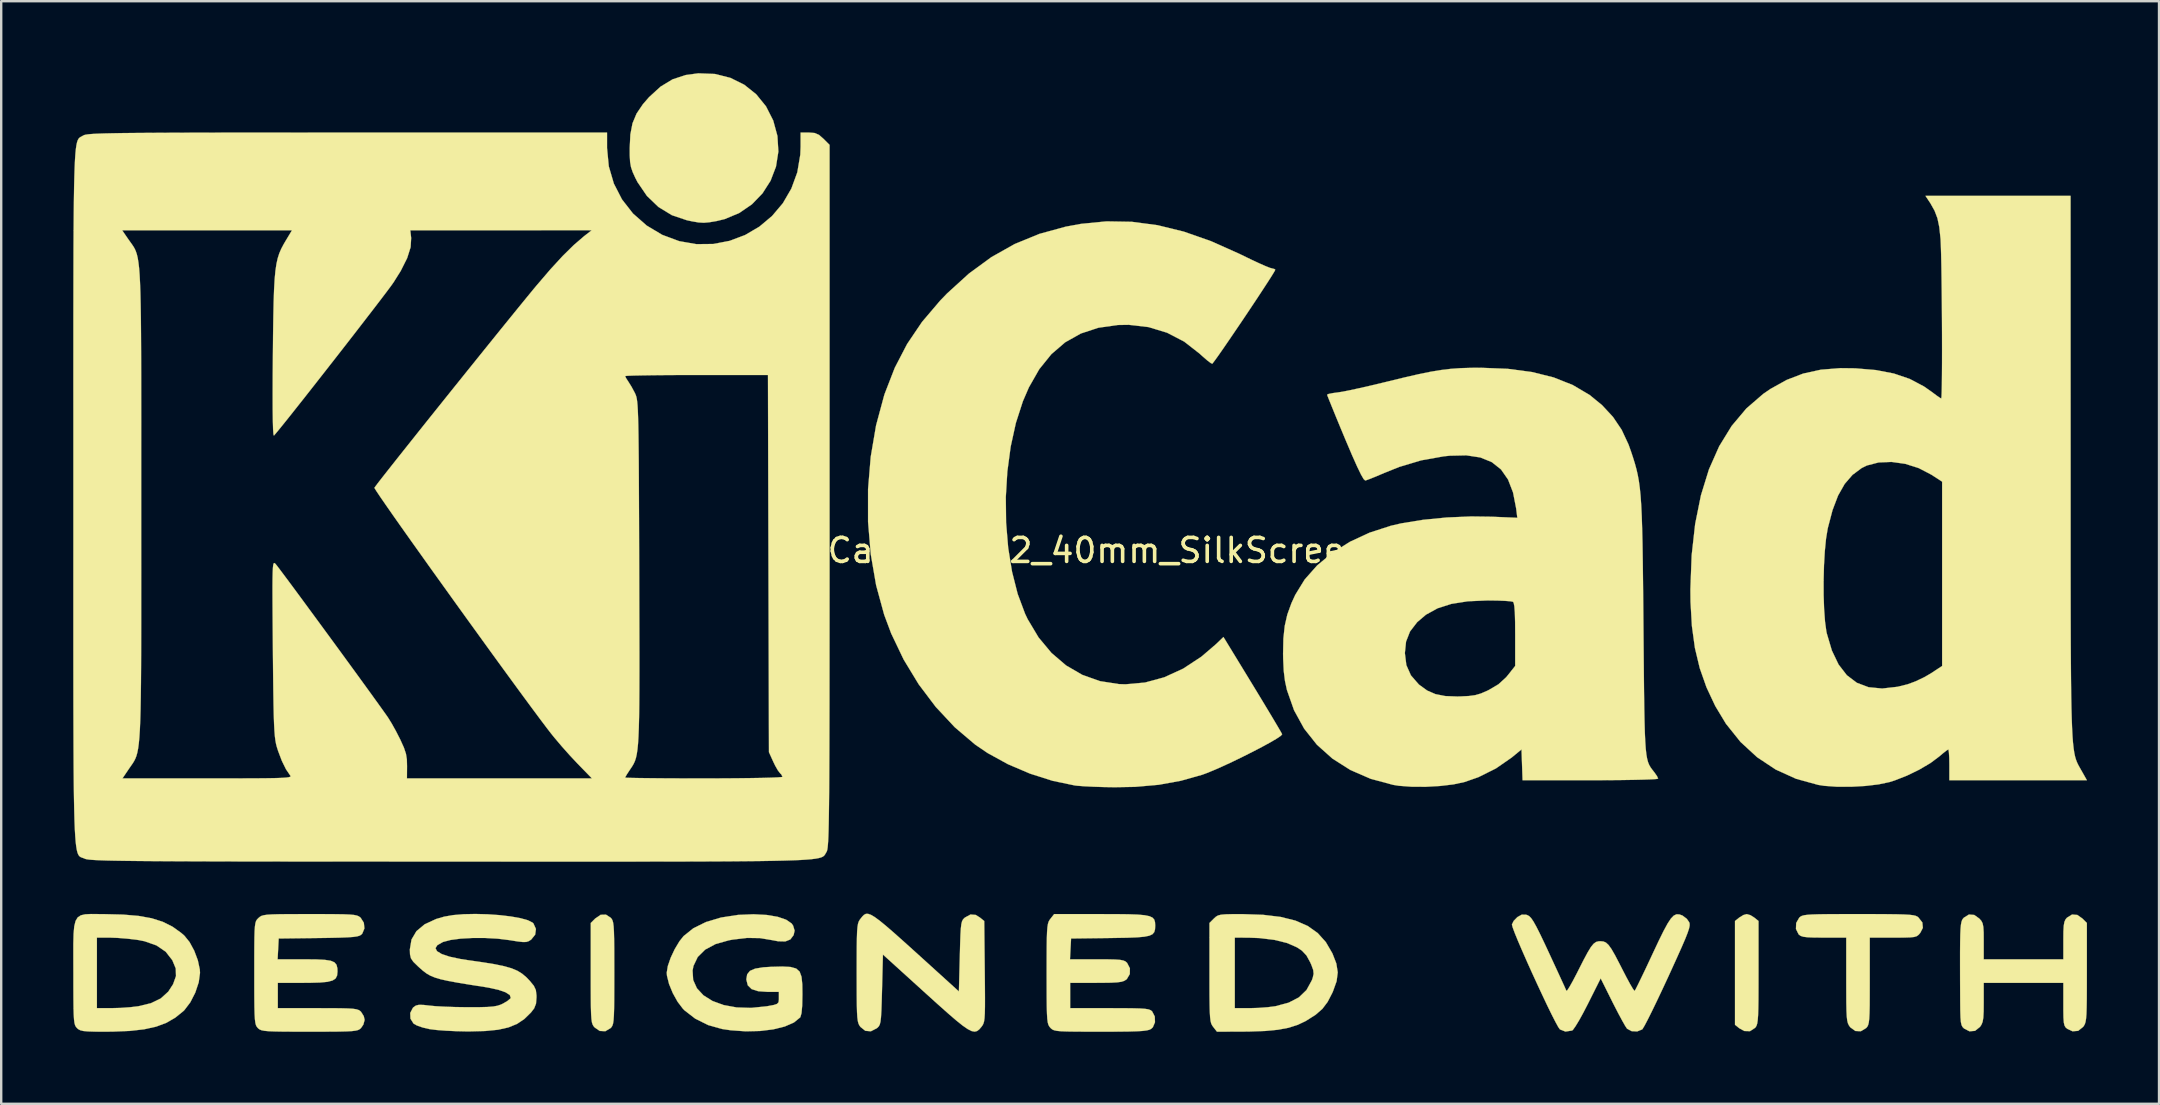
<source format=kicad_pcb>
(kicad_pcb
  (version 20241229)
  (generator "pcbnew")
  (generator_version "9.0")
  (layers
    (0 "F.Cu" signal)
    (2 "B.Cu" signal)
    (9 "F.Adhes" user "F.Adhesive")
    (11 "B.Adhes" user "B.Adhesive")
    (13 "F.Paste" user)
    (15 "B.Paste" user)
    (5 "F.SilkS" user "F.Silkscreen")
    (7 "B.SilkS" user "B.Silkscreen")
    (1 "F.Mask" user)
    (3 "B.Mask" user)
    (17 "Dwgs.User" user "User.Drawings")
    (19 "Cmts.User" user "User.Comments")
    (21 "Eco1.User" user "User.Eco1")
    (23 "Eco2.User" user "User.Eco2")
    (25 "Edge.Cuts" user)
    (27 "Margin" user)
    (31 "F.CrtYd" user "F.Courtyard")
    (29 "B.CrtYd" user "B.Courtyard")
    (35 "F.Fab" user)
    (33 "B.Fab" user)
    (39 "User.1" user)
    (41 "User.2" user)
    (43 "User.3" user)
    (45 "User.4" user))
  (footprint "KiCad-Logo2_40mm_SilkScreen"
    (layer "F.Cu")
    (at 41.913 19.884)
    (property "Reference" "KiCad-Logo2_40mm_SilkScreen" (at 0 0 0) (layer "F.SilkS") (effects (font (size 1 1) (thickness 0.15))))
    (attr exclude_from_pos_files exclude_from_bom)
    (fp_poly (pts (xy 27.966 15.195) (xy 28.124 15.294) (xy 28.302 15.438) (xy 28.302 17.585) (xy 28.301 18.213) (xy 28.299 18.707) (xy 28.293 19.086) (xy 28.284 19.367) (xy 28.269 19.567) (xy 28.249 19.704) (xy 28.221 19.796) (xy 28.184 19.859) (xy 28.158 19.89) (xy 27.948 20.027) (xy 27.709 20.021) (xy 27.5 19.905) (xy 27.322 19.761) (xy 27.322 15.438) (xy 27.5 15.294) (xy 27.672 15.189) (xy 27.812 15.15) (xy 27.966 15.195)) (stroke (width 0.01) (type solid)) (fill yes) (layer "F.SilkS"))
    (fp_poly (pts (xy -19.521 15.3) (xy -19.477 15.351) (xy -19.443 15.416) (xy -19.417 15.513) (xy -19.398 15.66) (xy -19.385 15.875) (xy -19.377 16.173) (xy -19.372 16.574) (xy -19.371 17.094) (xy -19.37 17.599) (xy -19.371 18.226) (xy -19.373 18.719) (xy -19.378 19.097) (xy -19.387 19.376) (xy -19.401 19.574) (xy -19.421 19.709) (xy -19.449 19.798) (xy -19.486 19.859) (xy -19.521 19.898) (xy -19.741 20.029) (xy -19.976 20.018) (xy -20.186 19.874) (xy -20.235 19.818) (xy -20.272 19.753) (xy -20.301 19.662) (xy -20.321 19.525) (xy -20.335 19.325) (xy -20.344 19.045) (xy -20.348 18.666) (xy -20.35 18.171) (xy -20.35 17.61) (xy -20.35 15.52) (xy -20.165 15.335) (xy -19.937 15.179) (xy -19.716 15.173) (xy -19.521 15.3)) (stroke (width 0.01) (type solid)) (fill yes) (layer "F.SilkS"))
    (fp_poly (pts (xy -15.176 -19.852) (xy -14.533 -19.69) (xy -13.955 -19.404) (xy -13.456 -19.005) (xy -13.049 -18.504) (xy -12.748 -17.912) (xy -12.573 -17.269) (xy -12.534 -16.619) (xy -12.633 -15.993) (xy -12.858 -15.406) (xy -13.196 -14.877) (xy -13.636 -14.422) (xy -14.164 -14.06) (xy -14.768 -13.807) (xy -15.11 -13.724) (xy -15.407 -13.674) (xy -15.636 -13.654) (xy -15.857 -13.666) (xy -16.127 -13.712) (xy -16.348 -13.759) (xy -16.971 -13.969) (xy -17.53 -14.31) (xy -18.011 -14.772) (xy -18.402 -15.345) (xy -18.495 -15.526) (xy -18.605 -15.769) (xy -18.674 -15.973) (xy -18.711 -16.188) (xy -18.726 -16.462) (xy -18.727 -16.77) (xy -18.7 -17.333) (xy -18.611 -17.796) (xy -18.442 -18.201) (xy -18.179 -18.59) (xy -17.922 -18.886) (xy -17.442 -19.325) (xy -16.941 -19.629) (xy -16.388 -19.81) (xy -15.87 -19.879) (xy -15.176 -19.852)) (stroke (width 0.01) (type solid)) (fill yes) (layer "F.SilkS"))
    (fp_poly (pts (xy 33.136 15.15) (xy 33.662 15.153) (xy 34.07 15.158) (xy 34.376 15.167) (xy 34.599 15.18) (xy 34.753 15.199) (xy 34.856 15.224) (xy 34.924 15.257) (xy 34.957 15.281) (xy 35.128 15.499) (xy 35.149 15.724) (xy 35.043 15.929) (xy 34.974 16.011) (xy 34.9 16.067) (xy 34.792 16.102) (xy 34.622 16.12) (xy 34.363 16.128) (xy 33.986 16.129) (xy 33.911 16.129) (xy 32.937 16.129) (xy 32.937 17.938) (xy 32.936 18.508) (xy 32.934 18.947) (xy 32.927 19.274) (xy 32.915 19.507) (xy 32.896 19.667) (xy 32.869 19.773) (xy 32.833 19.844) (xy 32.786 19.898) (xy 32.566 20.03) (xy 32.337 20.02) (xy 32.129 19.869) (xy 32.113 19.85) (xy 32.064 19.779) (xy 32.026 19.696) (xy 31.998 19.581) (xy 31.979 19.414) (xy 31.967 19.174) (xy 31.96 18.842) (xy 31.958 18.397) (xy 31.957 17.89) (xy 31.957 16.129) (xy 31.027 16.129) (xy 30.628 16.127) (xy 30.351 16.116) (xy 30.17 16.094) (xy 30.056 16.057) (xy 29.981 16.001) (xy 29.972 15.992) (xy 29.862 15.77) (xy 29.872 15.519) (xy 29.998 15.3) (xy 30.046 15.258) (xy 30.109 15.224) (xy 30.202 15.198) (xy 30.343 15.179) (xy 30.548 15.166) (xy 30.834 15.157) (xy 31.217 15.152) (xy 31.714 15.15) (xy 32.343 15.15) (xy 32.477 15.15) (xy 33.136 15.15)) (stroke (width 0.01) (type solid)) (fill yes) (layer "F.SilkS"))
    (fp_poly (pts (xy 41.587 15.186) (xy 41.797 15.335) (xy 41.982 15.52) (xy 41.982 17.586) (xy 41.981 18.199) (xy 41.979 18.68) (xy 41.973 19.047) (xy 41.964 19.318) (xy 41.948 19.511) (xy 41.926 19.645) (xy 41.896 19.738) (xy 41.856 19.808) (xy 41.825 19.85) (xy 41.62 20.014) (xy 41.385 20.032) (xy 41.169 19.931) (xy 41.098 19.872) (xy 41.051 19.793) (xy 41.022 19.666) (xy 41.007 19.462) (xy 41.002 19.153) (xy 41.002 18.914) (xy 41.002 18.014) (xy 37.685 18.014) (xy 37.685 18.833) (xy 37.682 19.207) (xy 37.668 19.464) (xy 37.639 19.638) (xy 37.589 19.762) (xy 37.529 19.85) (xy 37.323 20.014) (xy 37.09 20.033) (xy 36.866 19.917) (xy 36.805 19.856) (xy 36.762 19.775) (xy 36.734 19.649) (xy 36.717 19.453) (xy 36.708 19.161) (xy 36.704 18.749) (xy 36.704 18.654) (xy 36.7 17.877) (xy 36.699 17.237) (xy 36.699 16.719) (xy 36.703 16.31) (xy 36.709 15.995) (xy 36.72 15.76) (xy 36.736 15.592) (xy 36.758 15.475) (xy 36.785 15.396) (xy 36.819 15.342) (xy 36.856 15.3) (xy 37.069 15.168) (xy 37.291 15.186) (xy 37.5 15.335) (xy 37.585 15.43) (xy 37.639 15.536) (xy 37.669 15.687) (xy 37.683 15.917) (xy 37.685 16.263) (xy 37.685 16.277) (xy 37.685 17.034) (xy 41.002 17.034) (xy 41.002 16.242) (xy 41.005 15.878) (xy 41.019 15.632) (xy 41.048 15.472) (xy 41.097 15.366) (xy 41.153 15.3) (xy 41.365 15.168) (xy 41.587 15.186)) (stroke (width 0.01) (type solid)) (fill yes) (layer "F.SilkS"))
    (fp_poly (pts (xy 6.799 15.151) (xy 7.66 15.18) (xy 8.392 15.268) (xy 9.008 15.421) (xy 9.519 15.644) (xy 9.938 15.941) (xy 10.277 16.319) (xy 10.547 16.783) (xy 10.552 16.794) (xy 10.713 17.209) (xy 10.771 17.576) (xy 10.724 17.946) (xy 10.573 18.368) (xy 10.545 18.432) (xy 10.35 18.808) (xy 10.131 19.098) (xy 9.848 19.345) (xy 9.462 19.59) (xy 9.44 19.603) (xy 9.104 19.764) (xy 8.724 19.885) (xy 8.276 19.969) (xy 7.735 20.02) (xy 7.078 20.043) (xy 6.845 20.045) (xy 5.739 20.049) (xy 5.583 19.85) (xy 5.537 19.785) (xy 5.5 19.709) (xy 5.473 19.603) (xy 5.454 19.45) (xy 5.441 19.231) (xy 5.436 19.069) (xy 6.482 19.069) (xy 7.109 19.069) (xy 7.476 19.058) (xy 7.852 19.03) (xy 8.161 18.99) (xy 8.18 18.987) (xy 8.729 18.839) (xy 9.154 18.618) (xy 9.47 18.313) (xy 9.69 17.913) (xy 9.728 17.807) (xy 9.766 17.642) (xy 9.75 17.479) (xy 9.671 17.262) (xy 9.623 17.155) (xy 9.467 16.872) (xy 9.28 16.673) (xy 9.073 16.535) (xy 8.659 16.354) (xy 8.13 16.224) (xy 7.513 16.149) (xy 7.066 16.132) (xy 6.482 16.129) (xy 6.482 19.069) (xy 5.436 19.069) (xy 5.433 18.928) (xy 5.428 18.523) (xy 5.427 17.997) (xy 5.427 17.586) (xy 5.427 15.52) (xy 5.612 15.335) (xy 5.694 15.26) (xy 5.783 15.208) (xy 5.907 15.176) (xy 6.094 15.159) (xy 6.374 15.152) (xy 6.775 15.151) (xy 6.799 15.151)) (stroke (width 0.01) (type solid)) (fill yes) (layer "F.SilkS"))
    (fp_poly (pts (xy -40.87 15.15) (xy -40.606 15.152) (xy -39.834 15.171) (xy -39.187 15.226) (xy -38.643 15.324) (xy -38.181 15.471) (xy -37.779 15.672) (xy -37.413 15.934) (xy -37.283 16.047) (xy -37.067 16.313) (xy -36.871 16.674) (xy -36.721 17.074) (xy -36.639 17.457) (xy -36.63 17.599) (xy -36.684 17.992) (xy -36.827 18.421) (xy -37.035 18.827) (xy -37.281 19.151) (xy -37.321 19.19) (xy -37.66 19.464) (xy -38.031 19.679) (xy -38.455 19.838) (xy -38.954 19.949) (xy -39.55 20.017) (xy -40.264 20.046) (xy -40.59 20.049) (xy -41.006 20.047) (xy -41.298 20.038) (xy -41.494 20.02) (xy -41.622 19.988) (xy -41.709 19.94) (xy -41.755 19.898) (xy -41.799 19.847) (xy -41.834 19.782) (xy -41.86 19.685) (xy -41.879 19.538) (xy -41.892 19.324) (xy -41.9 19.025) (xy -41.904 18.624) (xy -41.906 18.104) (xy -41.906 17.599) (xy -41.908 16.925) (xy -41.908 16.387) (xy -41.901 16.129) (xy -40.926 16.129) (xy -40.926 19.069) (xy -40.305 19.068) (xy -39.93 19.058) (xy -39.539 19.03) (xy -39.212 18.991) (xy -39.202 18.99) (xy -38.673 18.862) (xy -38.263 18.663) (xy -37.952 18.38) (xy -37.753 18.073) (xy -37.631 17.733) (xy -37.641 17.414) (xy -37.783 17.072) (xy -38.06 16.717) (xy -38.444 16.455) (xy -38.943 16.28) (xy -39.276 16.218) (xy -39.655 16.174) (xy -40.056 16.142) (xy -40.397 16.129) (xy -40.418 16.129) (xy -40.926 16.129) (xy -41.901 16.129) (xy -41.897 15.969) (xy -41.869 15.657) (xy -41.814 15.435) (xy -41.726 15.288) (xy -41.595 15.201) (xy -41.414 15.159) (xy -41.175 15.147) (xy -40.87 15.15)) (stroke (width 0.01) (type solid)) (fill yes) (layer "F.SilkS"))
    (fp_poly (pts (xy -8.68 15.179) (xy -8.523 15.271) (xy -8.317 15.422) (xy -8.052 15.639) (xy -7.718 15.928) (xy -7.303 16.298) (xy -6.797 16.754) (xy -6.218 17.279) (xy -5.012 18.373) (xy -4.974 16.905) (xy -4.961 16.4) (xy -4.948 16.024) (xy -4.932 15.755) (xy -4.911 15.571) (xy -4.882 15.452) (xy -4.842 15.374) (xy -4.788 15.317) (xy -4.759 15.293) (xy -4.528 15.167) (xy -4.309 15.185) (xy -4.135 15.294) (xy -3.957 15.438) (xy -3.935 17.54) (xy -3.929 18.159) (xy -3.926 18.645) (xy -3.927 19.016) (xy -3.933 19.291) (xy -3.945 19.488) (xy -3.965 19.624) (xy -3.993 19.719) (xy -4.031 19.789) (xy -4.072 19.846) (xy -4.162 19.951) (xy -4.252 20.021) (xy -4.354 20.047) (xy -4.48 20.024) (xy -4.643 19.942) (xy -4.856 19.795) (xy -5.13 19.575) (xy -5.478 19.275) (xy -5.914 18.887) (xy -6.407 18.441) (xy -8.178 16.835) (xy -8.215 18.298) (xy -8.229 18.802) (xy -8.242 19.177) (xy -8.258 19.446) (xy -8.279 19.628) (xy -8.308 19.747) (xy -8.349 19.825) (xy -8.403 19.882) (xy -8.431 19.905) (xy -8.678 20.032) (xy -8.911 20.013) (xy -9.114 19.85) (xy -9.161 19.785) (xy -9.197 19.708) (xy -9.224 19.602) (xy -9.244 19.449) (xy -9.257 19.229) (xy -9.265 18.925) (xy -9.269 18.518) (xy -9.27 17.99) (xy -9.271 17.599) (xy -9.27 16.988) (xy -9.268 16.509) (xy -9.262 16.144) (xy -9.253 15.875) (xy -9.237 15.683) (xy -9.215 15.55) (xy -9.184 15.458) (xy -9.144 15.388) (xy -9.114 15.348) (xy -9.039 15.254) (xy -8.969 15.183) (xy -8.892 15.142) (xy -8.8 15.138) (xy -8.68 15.179)) (stroke (width 0.01) (type solid)) (fill yes) (layer "F.SilkS"))
    (fp_poly (pts (xy -13.02 15.186) (xy -12.562 15.263) (xy -12.211 15.383) (xy -11.982 15.54) (xy -11.92 15.629) (xy -11.857 15.838) (xy -11.899 16.026) (xy -12.034 16.205) (xy -12.243 16.289) (xy -12.546 16.282) (xy -12.781 16.237) (xy -13.302 16.15) (xy -13.835 16.142) (xy -14.432 16.212) (xy -14.596 16.242) (xy -15.151 16.398) (xy -15.585 16.631) (xy -15.893 16.936) (xy -16.071 17.309) (xy -16.108 17.502) (xy -16.084 17.893) (xy -15.928 18.24) (xy -15.655 18.534) (xy -15.279 18.77) (xy -14.814 18.94) (xy -14.273 19.039) (xy -13.673 19.058) (xy -13.025 18.992) (xy -12.989 18.986) (xy -12.731 18.938) (xy -12.589 18.891) (xy -12.527 18.823) (xy -12.512 18.708) (xy -12.512 18.647) (xy -12.512 18.391) (xy -12.969 18.391) (xy -13.372 18.363) (xy -13.648 18.275) (xy -13.808 18.118) (xy -13.866 17.886) (xy -13.867 17.856) (xy -13.833 17.657) (xy -13.717 17.515) (xy -13.5 17.422) (xy -13.164 17.367) (xy -12.84 17.347) (xy -12.368 17.335) (xy -12.026 17.353) (xy -11.792 17.418) (xy -11.647 17.548) (xy -11.569 17.763) (xy -11.537 18.079) (xy -11.532 18.495) (xy -11.541 18.958) (xy -11.569 19.274) (xy -11.617 19.442) (xy -11.626 19.455) (xy -11.886 19.666) (xy -12.267 19.833) (xy -12.745 19.952) (xy -13.295 20.02) (xy -13.895 20.034) (xy -14.519 19.99) (xy -14.886 19.936) (xy -15.461 19.773) (xy -15.996 19.507) (xy -16.444 19.161) (xy -16.512 19.092) (xy -16.733 18.801) (xy -16.933 18.441) (xy -17.088 18.064) (xy -17.174 17.721) (xy -17.185 17.59) (xy -17.14 17.315) (xy -17.022 16.973) (xy -16.854 16.614) (xy -16.657 16.285) (xy -16.483 16.066) (xy -16.076 15.74) (xy -15.549 15.48) (xy -14.923 15.293) (xy -14.215 15.184) (xy -13.567 15.157) (xy -13.02 15.186)) (stroke (width 0.01) (type solid)) (fill yes) (layer "F.SilkS"))
    (fp_poly (pts (xy 1.538 15.151) (xy 2.048 15.157) (xy 2.438 15.171) (xy 2.726 15.197) (xy 2.926 15.238) (xy 3.054 15.297) (xy 3.126 15.377) (xy 3.158 15.483) (xy 3.166 15.616) (xy 3.166 15.632) (xy 3.159 15.783) (xy 3.127 15.9) (xy 3.053 15.988) (xy 2.92 16.05) (xy 2.71 16.092) (xy 2.405 16.119) (xy 1.989 16.135) (xy 1.444 16.144) (xy 1.277 16.147) (xy -0.339 16.167) (xy -0.362 16.6) (xy -0.384 17.034) (xy 0.738 17.034) (xy 1.177 17.035) (xy 1.49 17.042) (xy 1.703 17.057) (xy 1.841 17.084) (xy 1.93 17.124) (xy 1.995 17.182) (xy 1.995 17.182) (xy 2.112 17.407) (xy 2.108 17.649) (xy 1.985 17.856) (xy 1.961 17.877) (xy 1.874 17.932) (xy 1.756 17.97) (xy 1.579 17.994) (xy 1.318 18.008) (xy 0.946 18.013) (xy 0.708 18.014) (xy -0.377 18.014) (xy -0.377 19.069) (xy 1.27 19.069) (xy 1.813 19.07) (xy 2.226 19.074) (xy 2.528 19.082) (xy 2.739 19.096) (xy 2.879 19.118) (xy 2.968 19.15) (xy 3.026 19.191) (xy 3.041 19.207) (xy 3.149 19.417) (xy 3.157 19.657) (xy 3.068 19.865) (xy 2.998 19.931) (xy 2.925 19.968) (xy 2.812 19.996) (xy 2.641 20.018) (xy 2.395 20.032) (xy 2.055 20.042) (xy 1.603 20.047) (xy 1.022 20.049) (xy 0.891 20.049) (xy 0.3 20.048) (xy -0.159 20.046) (xy -0.504 20.041) (xy -0.753 20.031) (xy -0.927 20.015) (xy -1.042 19.991) (xy -1.118 19.958) (xy -1.173 19.915) (xy -1.203 19.884) (xy -1.248 19.829) (xy -1.284 19.76) (xy -1.311 19.661) (xy -1.33 19.513) (xy -1.343 19.298) (xy -1.351 18.998) (xy -1.355 18.596) (xy -1.356 18.073) (xy -1.357 17.633) (xy -1.356 17.016) (xy -1.354 16.532) (xy -1.349 16.162) (xy -1.339 15.889) (xy -1.324 15.693) (xy -1.302 15.557) (xy -1.273 15.463) (xy -1.234 15.393) (xy -1.2 15.348) (xy -1.044 15.15) (xy 0.893 15.15) (xy 1.538 15.151)) (stroke (width 0.01) (type solid)) (fill yes) (layer "F.SilkS"))
    (fp_poly (pts (xy -31.465 15.15) (xy -31.002 15.153) (xy -30.652 15.158) (xy -30.397 15.169) (xy -30.219 15.185) (xy -30.099 15.209) (xy -30.018 15.241) (xy -29.958 15.284) (xy -29.936 15.303) (xy -29.804 15.511) (xy -29.781 15.749) (xy -29.868 15.96) (xy -29.908 16.003) (xy -29.973 16.045) (xy -30.077 16.077) (xy -30.241 16.101) (xy -30.483 16.118) (xy -30.823 16.131) (xy -31.28 16.141) (xy -31.698 16.147) (xy -33.352 16.167) (xy -33.374 16.6) (xy -33.397 17.034) (xy -32.274 17.034) (xy -31.787 17.038) (xy -31.43 17.056) (xy -31.184 17.094) (xy -31.028 17.161) (xy -30.942 17.263) (xy -30.907 17.409) (xy -30.902 17.544) (xy -30.919 17.71) (xy -30.981 17.832) (xy -31.109 17.917) (xy -31.321 17.972) (xy -31.636 18.001) (xy -32.074 18.013) (xy -32.313 18.014) (xy -33.389 18.014) (xy -33.389 19.069) (xy -31.731 19.069) (xy -31.188 19.07) (xy -30.775 19.073) (xy -30.472 19.081) (xy -30.259 19.094) (xy -30.115 19.116) (xy -30.021 19.147) (xy -29.955 19.189) (xy -29.922 19.22) (xy -29.808 19.399) (xy -29.772 19.559) (xy -29.824 19.754) (xy -29.922 19.898) (xy -29.975 19.943) (xy -30.042 19.979) (xy -30.144 20.005) (xy -30.296 20.024) (xy -30.519 20.036) (xy -30.83 20.044) (xy -31.247 20.047) (xy -31.789 20.049) (xy -32.07 20.049) (xy -32.672 20.048) (xy -33.142 20.046) (xy -33.497 20.04) (xy -33.756 20.03) (xy -33.938 20.014) (xy -34.059 19.991) (xy -34.139 19.96) (xy -34.196 19.919) (xy -34.218 19.898) (xy -34.262 19.847) (xy -34.297 19.782) (xy -34.323 19.684) (xy -34.342 19.537) (xy -34.355 19.322) (xy -34.363 19.022) (xy -34.367 18.62) (xy -34.369 18.098) (xy -34.369 17.612) (xy -34.369 16.99) (xy -34.367 16.501) (xy -34.363 16.127) (xy -34.355 15.851) (xy -34.341 15.656) (xy -34.321 15.523) (xy -34.293 15.435) (xy -34.255 15.375) (xy -34.207 15.325) (xy -34.195 15.313) (xy -34.137 15.264) (xy -34.07 15.225) (xy -33.974 15.197) (xy -33.833 15.176) (xy -33.626 15.163) (xy -33.335 15.155) (xy -32.941 15.151) (xy -32.426 15.15) (xy -32.061 15.15) (xy -31.465 15.15)) (stroke (width 0.01) (type solid)) (fill yes) (layer "F.SilkS"))
    (fp_poly (pts (xy 25.001 15.163) (xy 25.132 15.209) (xy 25.137 15.212) (xy 25.315 15.347) (xy 25.413 15.487) (xy 25.432 15.552) (xy 25.431 15.639) (xy 25.404 15.763) (xy 25.345 15.939) (xy 25.249 16.182) (xy 25.108 16.509) (xy 24.918 16.934) (xy 24.673 17.473) (xy 24.538 17.768) (xy 24.293 18.294) (xy 24.064 18.777) (xy 23.859 19.201) (xy 23.686 19.547) (xy 23.554 19.798) (xy 23.472 19.935) (xy 23.456 19.954) (xy 23.249 20.038) (xy 23.015 20.027) (xy 22.827 19.925) (xy 22.82 19.917) (xy 22.745 19.804) (xy 22.62 19.583) (xy 22.459 19.284) (xy 22.279 18.935) (xy 22.214 18.806) (xy 21.726 17.827) (xy 21.193 18.891) (xy 21.003 19.258) (xy 20.827 19.577) (xy 20.678 19.822) (xy 20.573 19.97) (xy 20.537 20.001) (xy 20.258 20.044) (xy 20.029 19.954) (xy 19.961 19.859) (xy 19.844 19.647) (xy 19.687 19.339) (xy 19.5 18.957) (xy 19.293 18.52) (xy 19.074 18.05) (xy 18.853 17.568) (xy 18.64 17.094) (xy 18.445 16.65) (xy 18.276 16.256) (xy 18.144 15.933) (xy 18.059 15.703) (xy 18.028 15.585) (xy 18.029 15.581) (xy 18.102 15.432) (xy 18.25 15.281) (xy 18.258 15.274) (xy 18.44 15.172) (xy 18.607 15.173) (xy 18.67 15.192) (xy 18.747 15.234) (xy 18.828 15.316) (xy 18.924 15.456) (xy 19.044 15.67) (xy 19.198 15.975) (xy 19.396 16.389) (xy 19.574 16.771) (xy 19.779 17.214) (xy 19.963 17.612) (xy 20.116 17.945) (xy 20.229 18.191) (xy 20.291 18.331) (xy 20.3 18.353) (xy 20.341 18.317) (xy 20.436 18.168) (xy 20.571 17.926) (xy 20.734 17.615) (xy 20.799 17.486) (xy 21.019 17.052) (xy 21.189 16.736) (xy 21.322 16.519) (xy 21.433 16.384) (xy 21.535 16.311) (xy 21.643 16.283) (xy 21.713 16.28) (xy 21.837 16.291) (xy 21.945 16.336) (xy 22.053 16.435) (xy 22.175 16.605) (xy 22.325 16.865) (xy 22.518 17.235) (xy 22.625 17.445) (xy 22.798 17.78) (xy 22.948 18.058) (xy 23.064 18.255) (xy 23.131 18.348) (xy 23.14 18.352) (xy 23.183 18.279) (xy 23.279 18.089) (xy 23.419 17.801) (xy 23.594 17.437) (xy 23.792 17.015) (xy 23.89 16.805) (xy 24.144 16.265) (xy 24.349 15.849) (xy 24.515 15.543) (xy 24.652 15.336) (xy 24.772 15.212) (xy 24.885 15.159) (xy 25.001 15.163)) (stroke (width 0.01) (type solid)) (fill yes) (layer "F.SilkS"))
    (fp_poly (pts (xy -24.648 15.158) (xy -24.148 15.193) (xy -23.684 15.248) (xy -23.281 15.32) (xy -22.967 15.407) (xy -22.77 15.508) (xy -22.739 15.538) (xy -22.634 15.769) (xy -22.666 16.006) (xy -22.83 16.209) (xy -22.837 16.215) (xy -22.934 16.277) (xy -23.034 16.31) (xy -23.174 16.314) (xy -23.39 16.29) (xy -23.716 16.238) (xy -23.742 16.234) (xy -24.227 16.174) (xy -24.751 16.145) (xy -25.277 16.145) (xy -25.767 16.172) (xy -26.186 16.227) (xy -26.495 16.308) (xy -26.515 16.316) (xy -26.74 16.442) (xy -26.819 16.569) (xy -26.757 16.694) (xy -26.56 16.814) (xy -26.232 16.924) (xy -25.778 17.021) (xy -25.475 17.068) (xy -24.847 17.158) (xy -24.346 17.24) (xy -23.954 17.322) (xy -23.647 17.41) (xy -23.405 17.512) (xy -23.207 17.635) (xy -23.03 17.785) (xy -22.889 17.933) (xy -22.721 18.139) (xy -22.638 18.316) (xy -22.612 18.534) (xy -22.611 18.614) (xy -22.631 18.879) (xy -22.708 19.077) (xy -22.843 19.252) (xy -23.116 19.519) (xy -23.42 19.724) (xy -23.779 19.871) (xy -24.214 19.968) (xy -24.748 20.021) (xy -25.405 20.038) (xy -25.513 20.038) (xy -25.951 20.028) (xy -26.385 20.008) (xy -26.768 19.979) (xy -27.053 19.944) (xy -27.076 19.94) (xy -27.359 19.873) (xy -27.599 19.788) (xy -27.735 19.71) (xy -27.862 19.506) (xy -27.871 19.268) (xy -27.762 19.056) (xy -27.737 19.032) (xy -27.636 18.961) (xy -27.51 18.93) (xy -27.315 18.935) (xy -27.078 18.962) (xy -26.813 18.987) (xy -26.441 19.007) (xy -26.008 19.022) (xy -25.556 19.029) (xy -25.438 19.03) (xy -24.985 19.028) (xy -24.653 19.019) (xy -24.414 19) (xy -24.237 18.968) (xy -24.095 18.92) (xy -24.01 18.88) (xy -23.822 18.769) (xy -23.702 18.669) (xy -23.685 18.64) (xy -23.722 18.523) (xy -23.897 18.409) (xy -24.199 18.304) (xy -24.615 18.213) (xy -24.738 18.192) (xy -25.378 18.092) (xy -25.889 18.008) (xy -26.291 17.934) (xy -26.602 17.865) (xy -26.844 17.793) (xy -27.035 17.714) (xy -27.196 17.621) (xy -27.345 17.508) (xy -27.503 17.368) (xy -27.557 17.319) (xy -27.743 17.137) (xy -27.842 16.992) (xy -27.881 16.826) (xy -27.887 16.618) (xy -27.818 16.209) (xy -27.613 15.861) (xy -27.271 15.576) (xy -26.795 15.355) (xy -26.455 15.256) (xy -26.086 15.192) (xy -25.644 15.155) (xy -25.155 15.145) (xy -24.648 15.158)) (stroke (width 0.01) (type solid)) (fill yes) (layer "F.SilkS"))
    (fp_poly (pts (xy 2.193 -13.693) (xy 3.262 -13.552) (xy 4.357 -13.284) (xy 5.49 -12.887) (xy 6.677 -12.357) (xy 6.752 -12.32) (xy 7.137 -12.133) (xy 7.481 -11.972) (xy 7.759 -11.849) (xy 7.946 -11.775) (xy 8.01 -11.758) (xy 8.138 -11.724) (xy 8.169 -11.696) (xy 8.135 -11.627) (xy 8.028 -11.451) (xy 7.86 -11.188) (xy 7.644 -10.856) (xy 7.392 -10.473) (xy 7.116 -10.058) (xy 6.829 -9.629) (xy 6.542 -9.205) (xy 6.269 -8.804) (xy 6.022 -8.443) (xy 5.813 -8.143) (xy 5.653 -7.92) (xy 5.557 -7.794) (xy 5.544 -7.78) (xy 5.476 -7.811) (xy 5.327 -7.925) (xy 5.123 -8.102) (xy 5.018 -8.199) (xy 4.373 -8.702) (xy 3.661 -9.072) (xy 2.89 -9.306) (xy 2.069 -9.401) (xy 1.606 -9.394) (xy 0.797 -9.279) (xy 0.068 -9.039) (xy -0.584 -8.673) (xy -1.16 -8.178) (xy -1.664 -7.553) (xy -2.096 -6.796) (xy -2.346 -6.218) (xy -2.639 -5.312) (xy -2.855 -4.327) (xy -2.994 -3.289) (xy -3.058 -2.224) (xy -3.046 -1.155) (xy -2.959 -0.11) (xy -2.798 0.887) (xy -2.564 1.811) (xy -2.256 2.635) (xy -2.147 2.864) (xy -1.692 3.626) (xy -1.155 4.27) (xy -0.544 4.792) (xy 0.133 5.185) (xy 0.867 5.445) (xy 1.652 5.567) (xy 1.929 5.576) (xy 2.74 5.503) (xy 3.544 5.284) (xy 4.331 4.924) (xy 5.089 4.426) (xy 5.7 3.903) (xy 6.01 3.605) (xy 7.221 5.59) (xy 7.522 6.085) (xy 7.797 6.541) (xy 8.037 6.94) (xy 8.231 7.267) (xy 8.371 7.505) (xy 8.445 7.638) (xy 8.455 7.659) (xy 8.4 7.723) (xy 8.229 7.838) (xy 7.964 7.994) (xy 7.627 8.178) (xy 7.238 8.381) (xy 6.82 8.591) (xy 6.394 8.798) (xy 5.981 8.99) (xy 5.604 9.156) (xy 5.284 9.286) (xy 5.128 9.343) (xy 4.234 9.595) (xy 3.314 9.762) (xy 2.328 9.849) (xy 1.481 9.864) (xy 1.027 9.857) (xy 0.589 9.843) (xy 0.206 9.824) (xy -0.084 9.802) (xy -0.178 9.791) (xy -1.106 9.598) (xy -2.051 9.297) (xy -2.969 8.905) (xy -3.816 8.44) (xy -4.334 8.088) (xy -5.184 7.366) (xy -5.974 6.521) (xy -6.689 5.574) (xy -7.313 4.546) (xy -7.833 3.459) (xy -8.126 2.676) (xy -8.461 1.45) (xy -8.685 0.151) (xy -8.797 -1.193) (xy -8.797 -2.553) (xy -8.686 -3.902) (xy -8.463 -5.212) (xy -8.128 -6.454) (xy -8.103 -6.531) (xy -7.683 -7.613) (xy -7.17 -8.601) (xy -6.548 -9.522) (xy -5.798 -10.404) (xy -5.506 -10.707) (xy -4.597 -11.534) (xy -3.662 -12.219) (xy -2.688 -12.768) (xy -1.66 -13.189) (xy -0.563 -13.49) (xy 0.075 -13.607) (xy 1.135 -13.711) (xy 2.193 -13.693)) (stroke (width 0.01) (type solid)) (fill yes) (layer "F.SilkS"))
    (fp_poly (pts (xy 41.305 -3.524) (xy 41.305 -1.958) (xy 41.305 -0.537) (xy 41.305 0.749) (xy 41.306 1.906) (xy 41.308 2.942) (xy 41.311 3.863) (xy 41.316 4.678) (xy 41.322 5.394) (xy 41.329 6.018) (xy 41.339 6.557) (xy 41.352 7.019) (xy 41.367 7.411) (xy 41.384 7.741) (xy 41.405 8.015) (xy 41.43 8.242) (xy 41.458 8.428) (xy 41.49 8.581) (xy 41.527 8.708) (xy 41.568 8.817) (xy 41.613 8.914) (xy 41.664 9.008) (xy 41.719 9.106) (xy 41.754 9.167) (xy 41.983 9.572) (xy 36.253 9.572) (xy 36.253 8.931) (xy 36.249 8.642) (xy 36.235 8.421) (xy 36.217 8.302) (xy 36.208 8.291) (xy 36.132 8.337) (xy 35.981 8.456) (xy 35.829 8.585) (xy 35.465 8.857) (xy 35.001 9.131) (xy 34.486 9.381) (xy 33.97 9.583) (xy 33.764 9.648) (xy 33.307 9.745) (xy 32.754 9.811) (xy 32.157 9.845) (xy 31.568 9.844) (xy 31.041 9.806) (xy 30.789 9.767) (xy 29.867 9.513) (xy 29.017 9.127) (xy 28.244 8.614) (xy 27.552 7.977) (xy 26.945 7.219) (xy 26.499 6.479) (xy 26.133 5.699) (xy 25.853 4.902) (xy 25.652 4.061) (xy 25.527 3.149) (xy 25.469 2.138) (xy 25.464 1.62) (xy 25.478 1.241) (xy 31.014 1.241) (xy 31.015 1.863) (xy 31.035 2.448) (xy 31.073 2.963) (xy 31.129 3.372) (xy 31.146 3.454) (xy 31.359 4.17) (xy 31.637 4.751) (xy 31.983 5.199) (xy 32.4 5.514) (xy 32.889 5.698) (xy 33.454 5.752) (xy 34.096 5.679) (xy 34.52 5.574) (xy 34.848 5.452) (xy 35.209 5.28) (xy 35.481 5.122) (xy 35.952 4.812) (xy 35.952 -2.867) (xy 35.502 -3.158) (xy 34.978 -3.431) (xy 34.416 -3.609) (xy 33.847 -3.689) (xy 33.304 -3.667) (xy 32.818 -3.541) (xy 32.604 -3.437) (xy 32.218 -3.15) (xy 31.891 -2.771) (xy 31.616 -2.286) (xy 31.386 -1.682) (xy 31.192 -0.944) (xy 31.183 -0.904) (xy 31.115 -0.489) (xy 31.064 0.031) (xy 31.03 0.619) (xy 31.014 1.241) (xy 25.478 1.241) (xy 25.517 0.2) (xy 25.663 -1.108) (xy 25.904 -2.301) (xy 26.237 -3.379) (xy 26.664 -4.342) (xy 27.183 -5.187) (xy 27.795 -5.915) (xy 28.499 -6.524) (xy 28.8 -6.73) (xy 29.474 -7.105) (xy 30.164 -7.37) (xy 30.899 -7.531) (xy 31.709 -7.596) (xy 32.327 -7.589) (xy 33.192 -7.516) (xy 33.944 -7.371) (xy 34.604 -7.146) (xy 35.193 -6.835) (xy 35.519 -6.607) (xy 35.715 -6.46) (xy 35.86 -6.361) (xy 35.915 -6.331) (xy 35.926 -6.403) (xy 35.934 -6.608) (xy 35.941 -6.927) (xy 35.945 -7.341) (xy 35.948 -7.833) (xy 35.949 -8.383) (xy 35.948 -8.974) (xy 35.945 -9.587) (xy 35.941 -10.204) (xy 35.935 -10.806) (xy 35.928 -11.375) (xy 35.92 -11.893) (xy 35.91 -12.341) (xy 35.899 -12.701) (xy 35.888 -12.955) (xy 35.884 -13.001) (xy 35.834 -13.472) (xy 35.757 -13.84) (xy 35.638 -14.154) (xy 35.464 -14.464) (xy 35.422 -14.528) (xy 35.259 -14.773) (xy 41.303 -14.773) (xy 41.305 -3.524)) (stroke (width 0.01) (type solid)) (fill yes) (layer "F.SilkS"))
    (fp_poly (pts (xy 17.85 -7.568) (xy 18.865 -7.434) (xy 19.768 -7.209) (xy 20.565 -6.892) (xy 21.264 -6.48) (xy 21.782 -6.056) (xy 22.241 -5.561) (xy 22.6 -5.028) (xy 22.887 -4.413) (xy 22.99 -4.125) (xy 23.076 -3.865) (xy 23.151 -3.623) (xy 23.215 -3.389) (xy 23.27 -3.149) (xy 23.317 -2.891) (xy 23.356 -2.603) (xy 23.389 -2.272) (xy 23.415 -1.888) (xy 23.437 -1.436) (xy 23.454 -0.906) (xy 23.469 -0.284) (xy 23.48 0.441) (xy 23.49 1.282) (xy 23.5 2.25) (xy 23.508 3.203) (xy 23.517 4.246) (xy 23.525 5.149) (xy 23.533 5.924) (xy 23.542 6.581) (xy 23.553 7.131) (xy 23.566 7.586) (xy 23.583 7.957) (xy 23.603 8.254) (xy 23.629 8.489) (xy 23.661 8.673) (xy 23.699 8.817) (xy 23.745 8.931) (xy 23.8 9.028) (xy 23.864 9.118) (xy 23.937 9.211) (xy 23.966 9.248) (xy 24.072 9.4) (xy 24.119 9.504) (xy 24.119 9.507) (xy 24.046 9.522) (xy 23.839 9.535) (xy 23.515 9.547) (xy 23.089 9.557) (xy 22.578 9.565) (xy 21.999 9.57) (xy 21.368 9.572) (xy 21.295 9.572) (xy 18.472 9.572) (xy 18.45 8.931) (xy 18.428 8.289) (xy 18.014 8.63) (xy 17.364 9.08) (xy 16.63 9.446) (xy 16.053 9.647) (xy 15.592 9.746) (xy 15.035 9.812) (xy 14.436 9.846) (xy 13.846 9.843) (xy 13.319 9.804) (xy 13.077 9.765) (xy 12.142 9.513) (xy 11.298 9.146) (xy 10.551 8.672) (xy 9.906 8.096) (xy 9.371 7.422) (xy 8.951 6.657) (xy 8.655 5.815) (xy 8.573 5.437) (xy 8.522 5.022) (xy 8.498 4.522) (xy 8.494 4.296) (xy 8.495 4.275) (xy 13.568 4.275) (xy 13.63 4.776) (xy 13.819 5.202) (xy 14.142 5.574) (xy 14.176 5.603) (xy 14.498 5.836) (xy 14.844 5.986) (xy 15.249 6.066) (xy 15.752 6.085) (xy 15.873 6.082) (xy 16.233 6.064) (xy 16.5 6.028) (xy 16.734 5.96) (xy 16.993 5.848) (xy 17.064 5.813) (xy 17.469 5.574) (xy 17.781 5.289) (xy 17.866 5.188) (xy 18.164 4.81) (xy 18.164 3.502) (xy 18.161 2.977) (xy 18.15 2.59) (xy 18.13 2.329) (xy 18.101 2.182) (xy 18.073 2.138) (xy 17.967 2.117) (xy 17.741 2.1) (xy 17.428 2.087) (xy 17.059 2.082) (xy 16.999 2.082) (xy 16.193 2.117) (xy 15.507 2.225) (xy 14.929 2.41) (xy 14.446 2.676) (xy 14.079 2.989) (xy 13.782 3.376) (xy 13.617 3.797) (xy 13.568 4.275) (xy 8.495 4.275) (xy 8.507 3.67) (xy 8.563 3.143) (xy 8.671 2.668) (xy 8.842 2.196) (xy 9.003 1.846) (xy 9.394 1.21) (xy 9.915 0.622) (xy 10.551 0.094) (xy 11.285 -0.365) (xy 12.101 -0.743) (xy 12.984 -1.029) (xy 13.416 -1.129) (xy 14.325 -1.277) (xy 15.316 -1.374) (xy 16.328 -1.417) (xy 17.173 -1.406) (xy 18.253 -1.361) (xy 18.204 -1.754) (xy 18.075 -2.416) (xy 17.867 -2.955) (xy 17.574 -3.375) (xy 17.191 -3.68) (xy 16.712 -3.875) (xy 16.13 -3.963) (xy 15.441 -3.948) (xy 15.187 -3.922) (xy 14.245 -3.754) (xy 13.331 -3.48) (xy 12.7 -3.226) (xy 12.398 -3.097) (xy 12.142 -2.993) (xy 11.966 -2.928) (xy 11.915 -2.915) (xy 11.85 -2.975) (xy 11.738 -3.169) (xy 11.579 -3.497) (xy 11.371 -3.963) (xy 11.113 -4.568) (xy 11.069 -4.673) (xy 10.868 -5.156) (xy 10.688 -5.592) (xy 10.537 -5.963) (xy 10.421 -6.249) (xy 10.349 -6.431) (xy 10.328 -6.49) (xy 10.395 -6.522) (xy 10.57 -6.557) (xy 10.759 -6.582) (xy 10.961 -6.613) (xy 11.28 -6.676) (xy 11.688 -6.765) (xy 12.158 -6.872) (xy 12.66 -6.992) (xy 12.851 -7.038) (xy 13.552 -7.209) (xy 14.137 -7.343) (xy 14.635 -7.445) (xy 15.075 -7.518) (xy 15.485 -7.567) (xy 15.894 -7.596) (xy 16.332 -7.609) (xy 16.719 -7.612) (xy 17.85 -7.568)) (stroke (width 0.01) (type solid)) (fill yes) (layer "F.SilkS"))
    (fp_poly (pts (xy -19.672 -16.764) (xy -19.599 -16.004) (xy -19.388 -15.285) (xy -19.048 -14.624) (xy -18.589 -14.036) (xy -18.021 -13.537) (xy -17.374 -13.15) (xy -16.664 -12.886) (xy -15.95 -12.762) (xy -15.245 -12.769) (xy -14.562 -12.9) (xy -13.918 -13.143) (xy -13.324 -13.492) (xy -12.796 -13.936) (xy -12.347 -14.467) (xy -11.993 -15.076) (xy -11.745 -15.753) (xy -11.62 -16.49) (xy -11.607 -16.824) (xy -11.607 -17.411) (xy -11.26 -17.411) (xy -11.018 -17.392) (xy -10.838 -17.313) (xy -10.657 -17.154) (xy -10.401 -16.898) (xy -10.401 -2.266) (xy -10.401 -0.516) (xy -10.401 1.09) (xy -10.402 2.557) (xy -10.403 3.893) (xy -10.404 5.103) (xy -10.405 6.194) (xy -10.407 7.172) (xy -10.409 8.043) (xy -10.412 8.813) (xy -10.415 9.49) (xy -10.419 10.078) (xy -10.424 10.585) (xy -10.43 11.017) (xy -10.436 11.379) (xy -10.443 11.679) (xy -10.451 11.923) (xy -10.46 12.116) (xy -10.471 12.265) (xy -10.482 12.377) (xy -10.494 12.458) (xy -10.508 12.513) (xy -10.522 12.55) (xy -10.53 12.562) (xy -10.557 12.609) (xy -10.581 12.652) (xy -10.607 12.691) (xy -10.64 12.727) (xy -10.688 12.76) (xy -10.757 12.79) (xy -10.852 12.816) (xy -10.98 12.84) (xy -11.147 12.861) (xy -11.358 12.879) (xy -11.622 12.896) (xy -11.942 12.909) (xy -12.327 12.921) (xy -12.781 12.931) (xy -13.31 12.94) (xy -13.922 12.946) (xy -14.623 12.952) (xy -15.417 12.956) (xy -16.313 12.959) (xy -17.315 12.961) (xy -18.43 12.962) (xy -19.664 12.963) (xy -21.023 12.963) (xy -22.514 12.963) (xy -24.142 12.962) (xy -25.914 12.962) (xy -26.17 12.962) (xy -27.953 12.962) (xy -29.591 12.961) (xy -31.09 12.961) (xy -32.457 12.96) (xy -33.698 12.958) (xy -34.819 12.957) (xy -35.826 12.955) (xy -36.725 12.952) (xy -37.523 12.949) (xy -38.225 12.945) (xy -38.837 12.941) (xy -39.367 12.936) (xy -39.819 12.93) (xy -40.201 12.924) (xy -40.517 12.917) (xy -40.776 12.908) (xy -40.981 12.899) (xy -41.14 12.889) (xy -41.259 12.878) (xy -41.344 12.866) (xy -41.401 12.853) (xy -41.43 12.842) (xy -41.486 12.818) (xy -41.538 12.801) (xy -41.586 12.783) (xy -41.629 12.759) (xy -41.668 12.723) (xy -41.703 12.668) (xy -41.735 12.588) (xy -41.763 12.477) (xy -41.788 12.328) (xy -41.81 12.136) (xy -41.829 11.893) (xy -41.846 11.595) (xy -41.86 11.234) (xy -41.871 10.805) (xy -41.881 10.3) (xy -41.889 9.715) (xy -41.895 9.042) (xy -41.899 8.275) (xy -41.902 7.409) (xy -41.905 6.436) (xy -41.906 5.351) (xy -41.907 4.148) (xy -41.907 2.82) (xy -41.907 1.361) (xy -41.906 -0.236) (xy -41.906 -1.976) (xy -41.906 -2.257) (xy -41.906 -4.013) (xy -41.906 -5.623) (xy -41.907 -7.096) (xy -41.906 -8.437) (xy -41.906 -9.652) (xy -41.904 -10.748) (xy -41.902 -11.731) (xy -41.9 -12.607) (xy -41.896 -13.341) (xy -39.874 -13.341) (xy -39.608 -12.954) (xy -39.533 -12.849) (xy -39.466 -12.756) (xy -39.406 -12.667) (xy -39.352 -12.574) (xy -39.305 -12.469) (xy -39.263 -12.345) (xy -39.227 -12.193) (xy -39.196 -12.006) (xy -39.169 -11.776) (xy -39.147 -11.494) (xy -39.129 -11.153) (xy -39.114 -10.744) (xy -39.103 -10.261) (xy -39.094 -9.695) (xy -39.088 -9.037) (xy -39.084 -8.281) (xy -39.081 -7.418) (xy -39.08 -6.441) (xy -39.079 -5.34) (xy -39.08 -4.11) (xy -39.08 -2.741) (xy -39.08 -1.922) (xy -39.08 -0.473) (xy -39.079 0.832) (xy -39.08 2.003) (xy -39.08 3.047) (xy -39.082 3.972) (xy -39.085 4.785) (xy -39.09 5.496) (xy -39.098 6.111) (xy -39.107 6.639) (xy -39.12 7.088) (xy -39.136 7.465) (xy -39.156 7.779) (xy -39.18 8.037) (xy -39.208 8.247) (xy -39.241 8.418) (xy -39.279 8.557) (xy -39.323 8.672) (xy -39.373 8.771) (xy -39.429 8.863) (xy -39.492 8.954) (xy -39.561 9.053) (xy -39.602 9.112) (xy -39.861 9.497) (xy -36.312 9.497) (xy -35.489 9.497) (xy -34.805 9.495) (xy -34.247 9.493) (xy -33.803 9.489) (xy -33.461 9.483) (xy -33.209 9.474) (xy -33.035 9.462) (xy -32.926 9.447) (xy -32.871 9.427) (xy -32.856 9.403) (xy -32.871 9.374) (xy -32.879 9.365) (xy -33.047 9.117) (xy -33.22 8.765) (xy -33.377 8.351) (xy -33.433 8.174) (xy -33.463 8.055) (xy -33.489 7.914) (xy -33.511 7.739) (xy -33.529 7.515) (xy -33.544 7.228) (xy -33.557 6.865) (xy -33.567 6.411) (xy -33.576 5.853) (xy -33.584 5.177) (xy -33.592 4.368) (xy -33.594 4.07) (xy -33.601 3.234) (xy -33.606 2.538) (xy -33.609 1.968) (xy -33.61 1.512) (xy -33.607 1.16) (xy -33.601 0.899) (xy -33.592 0.716) (xy -33.579 0.601) (xy -33.561 0.54) (xy -33.538 0.523) (xy -33.51 0.536) (xy -33.48 0.565) (xy -33.411 0.652) (xy -33.264 0.846) (xy -33.049 1.133) (xy -32.776 1.5) (xy -32.457 1.932) (xy -32.102 2.415) (xy -31.72 2.935) (xy -31.323 3.476) (xy -30.92 4.026) (xy -30.523 4.57) (xy -30.141 5.094) (xy -29.786 5.583) (xy -29.467 6.023) (xy -29.195 6.401) (xy -28.98 6.701) (xy -28.833 6.909) (xy -28.802 6.953) (xy -28.649 7.2) (xy -28.47 7.52) (xy -28.301 7.851) (xy -28.279 7.896) (xy -28.134 8.217) (xy -28.05 8.468) (xy -28.012 8.707) (xy -28.005 8.988) (xy -28.009 9.497) (xy -20.301 9.497) (xy -20.91 8.871) (xy -21.222 8.538) (xy -21.558 8.161) (xy -21.865 7.798) (xy -22.002 7.629) (xy -22.205 7.365) (xy -22.472 7.01) (xy -22.796 6.574) (xy -23.169 6.069) (xy -23.582 5.505) (xy -24.028 4.894) (xy -24.499 4.246) (xy -24.987 3.571) (xy -25.485 2.882) (xy -25.985 2.188) (xy -26.478 1.501) (xy -26.958 0.832) (xy -27.415 0.191) (xy -27.843 -0.41) (xy -28.234 -0.962) (xy -28.579 -1.452) (xy -28.871 -1.871) (xy -29.102 -2.206) (xy -29.265 -2.448) (xy -29.351 -2.585) (xy -29.363 -2.613) (xy -29.309 -2.688) (xy -29.171 -2.87) (xy -28.955 -3.146) (xy -28.672 -3.505) (xy -28.331 -3.936) (xy -27.94 -4.427) (xy -27.51 -4.968) (xy -27.048 -5.546) (xy -26.564 -6.15) (xy -26.067 -6.77) (xy -25.668 -7.266) (xy -18.918 -7.266) (xy -18.879 -7.18) (xy -18.783 -7.031) (xy -18.776 -7.021) (xy -18.651 -6.82) (xy -18.519 -6.574) (xy -18.493 -6.52) (xy -18.47 -6.463) (xy -18.449 -6.396) (xy -18.431 -6.308) (xy -18.415 -6.19) (xy -18.401 -6.032) (xy -18.389 -5.827) (xy -18.379 -5.563) (xy -18.37 -5.233) (xy -18.363 -4.826) (xy -18.357 -4.333) (xy -18.351 -3.745) (xy -18.347 -3.053) (xy -18.343 -2.248) (xy -18.339 -1.319) (xy -18.336 -0.259) (xy -18.332 0.935) (xy -18.329 2.171) (xy -18.326 3.266) (xy -18.324 4.228) (xy -18.324 5.068) (xy -18.326 5.794) (xy -18.33 6.417) (xy -18.337 6.944) (xy -18.348 7.386) (xy -18.363 7.753) (xy -18.381 8.052) (xy -18.405 8.294) (xy -18.434 8.488) (xy -18.468 8.644) (xy -18.509 8.77) (xy -18.556 8.875) (xy -18.61 8.971) (xy -18.671 9.065) (xy -18.728 9.148) (xy -18.842 9.323) (xy -18.91 9.441) (xy -18.918 9.462) (xy -18.845 9.47) (xy -18.637 9.476) (xy -18.309 9.482) (xy -17.875 9.487) (xy -17.353 9.492) (xy -16.756 9.495) (xy -16.1 9.496) (xy -15.639 9.497) (xy -14.938 9.495) (xy -14.292 9.491) (xy -13.714 9.484) (xy -13.22 9.476) (xy -12.825 9.465) (xy -12.542 9.453) (xy -12.387 9.439) (xy -12.361 9.431) (xy -12.412 9.331) (xy -12.466 9.277) (xy -12.554 9.163) (xy -12.669 8.961) (xy -12.748 8.797) (xy -12.926 8.404) (xy -12.947 0.546) (xy -12.967 -7.311) (xy -15.943 -7.311) (xy -16.596 -7.31) (xy -17.199 -7.307) (xy -17.737 -7.302) (xy -18.193 -7.295) (xy -18.552 -7.288) (xy -18.797 -7.279) (xy -18.911 -7.269) (xy -18.918 -7.266) (xy -25.668 -7.266) (xy -25.566 -7.393) (xy -25.071 -8.008) (xy -24.59 -8.605) (xy -24.133 -9.171) (xy -23.708 -9.695) (xy -23.325 -10.166) (xy -22.993 -10.573) (xy -22.721 -10.904) (xy -22.606 -11.042) (xy -22.03 -11.714) (xy -21.519 -12.27) (xy -21.059 -12.723) (xy -20.639 -13.085) (xy -20.576 -13.135) (xy -20.312 -13.339) (xy -24.091 -13.34) (xy -27.869 -13.341) (xy -27.833 -13.02) (xy -27.855 -12.637) (xy -27.999 -12.182) (xy -28.266 -11.649) (xy -28.569 -11.167) (xy -28.677 -11.015) (xy -28.864 -10.765) (xy -29.119 -10.429) (xy -29.431 -10.022) (xy -29.789 -9.558) (xy -30.18 -9.052) (xy -30.595 -8.518) (xy -31.022 -7.97) (xy -31.45 -7.423) (xy -31.867 -6.891) (xy -32.263 -6.387) (xy -32.627 -5.927) (xy -32.946 -5.525) (xy -33.211 -5.195) (xy -33.41 -4.951) (xy -33.531 -4.808) (xy -33.551 -4.786) (xy -33.57 -4.84) (xy -33.585 -5.042) (xy -33.595 -5.391) (xy -33.602 -5.885) (xy -33.603 -6.523) (xy -33.601 -7.301) (xy -33.594 -8.102) (xy -33.586 -8.984) (xy -33.575 -9.73) (xy -33.562 -10.355) (xy -33.544 -10.873) (xy -33.52 -11.3) (xy -33.488 -11.649) (xy -33.446 -11.935) (xy -33.393 -12.174) (xy -33.327 -12.38) (xy -33.246 -12.568) (xy -33.149 -12.752) (xy -33.051 -12.919) (xy -32.797 -13.341) (xy -39.874 -13.341) (xy -41.896 -13.341) (xy -41.895 -13.382) (xy -41.89 -14.064) (xy -41.883 -14.657) (xy -41.875 -15.17) (xy -41.864 -15.606) (xy -41.852 -15.974) (xy -41.838 -16.279) (xy -41.821 -16.528) (xy -41.802 -16.726) (xy -41.78 -16.881) (xy -41.755 -16.998) (xy -41.728 -17.083) (xy -41.697 -17.144) (xy -41.663 -17.186) (xy -41.625 -17.216) (xy -41.583 -17.239) (xy -41.538 -17.263) (xy -41.498 -17.286) (xy -41.463 -17.304) (xy -41.409 -17.319) (xy -41.327 -17.333) (xy -41.211 -17.346) (xy -41.054 -17.357) (xy -40.848 -17.366) (xy -40.585 -17.375) (xy -40.259 -17.382) (xy -39.863 -17.389) (xy -39.388 -17.394) (xy -38.827 -17.398) (xy -38.174 -17.402) (xy -37.421 -17.405) (xy -36.561 -17.407) (xy -35.586 -17.409) (xy -34.489 -17.41) (xy -33.263 -17.41) (xy -31.9 -17.411) (xy -30.49 -17.411) (xy -19.672 -17.411) (xy -19.672 -16.764)) (stroke (width 0.01) (type solid)) (fill yes) (layer "F.SilkS")))
  (gr_rect
    (start -3 -3)
    (end 86.901 42.938)
    (stroke (width 0.1) (type default))
    (fill no)
    (layer "Edge.Cuts")))
</source>
